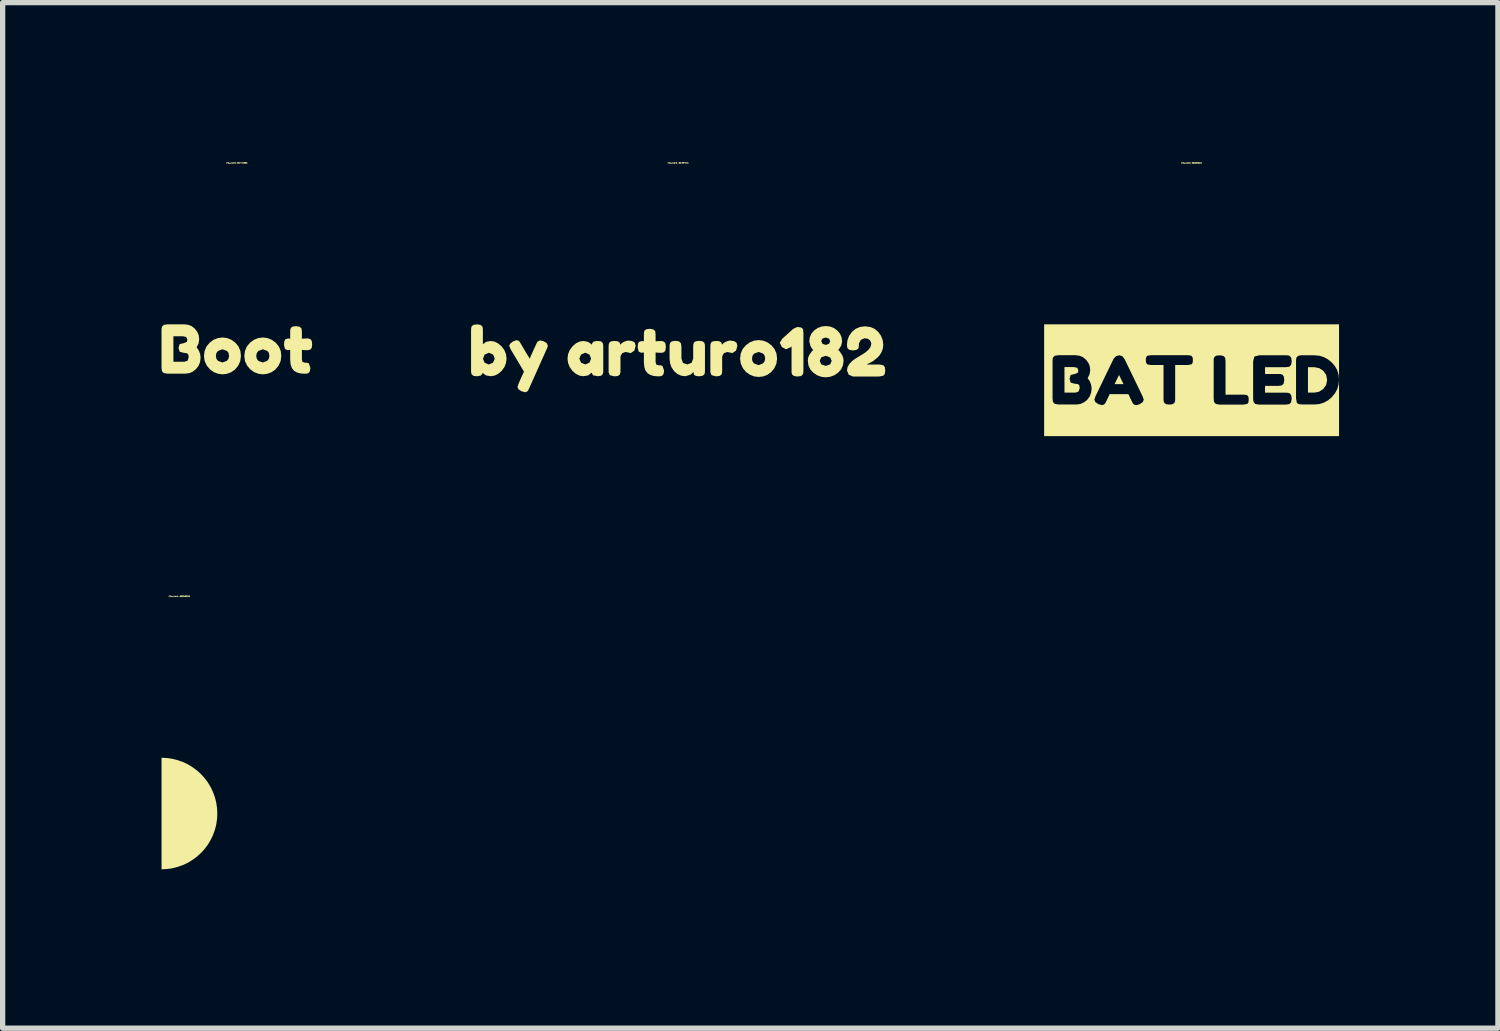
<source format=kicad_pcb>
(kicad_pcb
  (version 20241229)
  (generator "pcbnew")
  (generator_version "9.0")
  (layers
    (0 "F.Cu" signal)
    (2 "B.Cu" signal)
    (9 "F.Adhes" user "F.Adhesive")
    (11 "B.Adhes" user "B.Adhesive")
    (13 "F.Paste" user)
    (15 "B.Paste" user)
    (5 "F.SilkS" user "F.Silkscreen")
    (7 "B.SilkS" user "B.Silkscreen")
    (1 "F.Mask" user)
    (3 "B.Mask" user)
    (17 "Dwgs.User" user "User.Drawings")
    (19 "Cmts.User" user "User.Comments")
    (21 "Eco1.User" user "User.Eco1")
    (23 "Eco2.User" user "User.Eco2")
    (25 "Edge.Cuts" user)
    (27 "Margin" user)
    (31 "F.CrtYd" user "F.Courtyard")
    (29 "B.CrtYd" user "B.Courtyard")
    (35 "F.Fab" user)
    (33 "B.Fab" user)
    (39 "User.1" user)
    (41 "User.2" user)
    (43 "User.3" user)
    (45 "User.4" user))
  (footprint "kibuzzard-6605B0A1"
    (layer "F.Cu")
    (at 19.448 4.129)
    (property "Reference" "kibuzzard-6605B0A1" (at 0 -4.103 0) (layer "F.SilkS") (effects (font (size 0.025 0.025) (thickness 0.15))))
    (attr board_only exclude_from_pos_files exclude_from_bom)
    (fp_poly (pts (xy -1.37 -0.1) (xy -1.454 0.074) (xy -1.285 0.074) (xy -1.37 -0.1)) (stroke (width 0) (type solid)) (fill yes) (layer "F.SilkS"))
    (fp_poly (pts (xy 2.319 -0.246) (xy 2.197 -0.246) (xy 2.197 0.234) (xy 2.32 0.234) (xy 2.407 0.217) (xy 2.485 0.166) (xy 2.541 0.089) (xy 2.559 -0.005) (xy 2.541 -0.1) (xy 2.487 -0.177) (xy 2.409 -0.229) (xy 2.319 -0.246)) (stroke (width 0) (type solid)) (fill yes) (layer "F.SilkS"))
    (fp_poly (pts (xy -2.112 0.147) (xy -2.119 0.099) (xy -2.143 0.074) (xy -2.214 0.064) (xy -2.282 0.046) (xy -2.305 -0.027) (xy -2.282 -0.1) (xy -2.204 -0.118) (xy -2.143 -0.145) (xy -2.139 -0.191) (xy -2.16 -0.235) (xy -2.223 -0.248) (xy -2.4 -0.248) (xy -2.4 0.234) (xy -2.192 0.234) (xy -2.132 0.212) (xy -2.112 0.147)) (stroke (width 0) (type solid)) (fill yes) (layer "F.SilkS"))
    (fp_poly (pts (xy -2.625 -1.055) (xy -2.784 -1.055) (xy -2.784 1.055) (xy -2.625 1.055) (xy -2.179 1.055) (xy -2.179 0.458) (xy -2.513 0.458) (xy -2.584 0.446) (xy -2.618 0.41) (xy -2.625 0.344) (xy -2.625 -0.361) (xy -2.623 -0.405) (xy -2.611 -0.438) (xy -2.578 -0.464) (xy -2.512 -0.472) (xy -2.192 -0.472) (xy -2.118 -0.463) (xy -2.053 -0.436) (xy -1.996 -0.391) (xy -1.951 -0.332) (xy -1.923 -0.266) (xy -1.914 -0.193) (xy -1.926 -0.113) (xy -1.962 -0.039) (xy -1.921 0.022) (xy -1.896 0.089) (xy -1.887 0.16) (xy -1.898 0.24) (xy -1.927 0.311) (xy -1.974 0.373) (xy -2.035 0.42) (xy -2.103 0.449) (xy -2.179 0.458) (xy -2.179 1.055) (xy -1.045 1.055) (xy -1.045 0.472) (xy -1.085 0.461) (xy -1.108 0.437) (xy -1.128 0.399) (xy -1.194 0.262) (xy -1.546 0.262) (xy -1.612 0.399) (xy -1.631 0.436) (xy -1.654 0.459) (xy -1.695 0.471) (xy -1.763 0.45) (xy -1.818 0.411) (xy -1.836 0.368) (xy -1.815 0.304) (xy -1.472 -0.406) (xy -1.429 -0.453) (xy -1.369 -0.471) (xy -1.309 -0.455) (xy -1.268 -0.405) (xy -0.925 0.304) (xy -0.903 0.368) (xy -0.921 0.412) (xy -0.977 0.451) (xy -1.045 0.472) (xy -1.045 1.055) (xy -0.42 1.055) (xy -0.42 0.46) (xy -0.483 0.452) (xy -0.516 0.426) (xy -0.528 0.393) (xy -0.53 0.349) (xy -0.53 -0.288) (xy -0.773 -0.288) (xy -0.833 -0.298) (xy -0.859 -0.328) (xy -0.865 -0.381) (xy -0.859 -0.434) (xy -0.837 -0.461) (xy -0.772 -0.472) (xy -0.066 -0.472) (xy -0.006 -0.463) (xy 0.019 -0.433) (xy 0.025 -0.38) (xy 0.019 -0.327) (xy -0.003 -0.3) (xy -0.067 -0.288) (xy -0.31 -0.288) (xy -0.31 0.351) (xy -0.312 0.394) (xy -0.323 0.426) (xy -0.357 0.452) (xy -0.42 0.46) (xy -0.42 1.055) (xy 0.985 1.055) (xy 0.985 0.46) (xy 0.528 0.46) (xy 0.458 0.448) (xy 0.424 0.411) (xy 0.417 0.347) (xy 0.417 -0.359) (xy 0.418 -0.403) (xy 0.43 -0.437) (xy 0.464 -0.463) (xy 0.53 -0.471) (xy 0.6 -0.459) (xy 0.635 -0.424) (xy 0.641 -0.358) (xy 0.641 0.272) (xy 0.987 0.272) (xy 1.048 0.281) (xy 1.073 0.311) (xy 1.079 0.365) (xy 1.073 0.419) (xy 1.052 0.447) (xy 0.985 0.46) (xy 0.985 1.055) (xy 1.777 1.055) (xy 1.777 0.46) (xy 1.274 0.46) (xy 1.203 0.448) (xy 1.17 0.411) (xy 1.162 0.347) (xy 1.162 -0.359) (xy 1.186 -0.448) (xy 1.278 -0.471) (xy 1.778 -0.471) (xy 1.822 -0.469) (xy 1.855 -0.457) (xy 1.881 -0.424) (xy 1.89 -0.358) (xy 1.878 -0.288) (xy 1.843 -0.254) (xy 1.777 -0.246) (xy 1.387 -0.246) (xy 1.387 -0.118) (xy 1.638 -0.118) (xy 1.682 -0.116) (xy 1.716 -0.104) (xy 1.741 -0.07) (xy 1.75 -0.005) (xy 1.738 0.065) (xy 1.702 0.099) (xy 1.636 0.107) (xy 1.387 0.107) (xy 1.387 0.235) (xy 1.778 0.235) (xy 1.822 0.237) (xy 1.855 0.249) (xy 1.881 0.283) (xy 1.89 0.348) (xy 1.878 0.418) (xy 1.843 0.452) (xy 1.777 0.46) (xy 1.777 1.055) (xy 2.316 1.055) (xy 2.316 0.458) (xy 2.084 0.458) (xy 2.021 0.451) (xy 1.987 0.427) (xy 1.972 0.345) (xy 1.972 -0.361) (xy 1.974 -0.405) (xy 1.986 -0.438) (xy 2.02 -0.464) (xy 2.085 -0.472) (xy 2.32 -0.471) (xy 2.41 -0.463) (xy 2.493 -0.438) (xy 2.571 -0.397) (xy 2.644 -0.338) (xy 2.705 -0.268) (xy 2.749 -0.191) (xy 2.775 -0.105) (xy 2.784 -0.012) (xy 2.775 0.081) (xy 2.75 0.168) (xy 2.707 0.247) (xy 2.647 0.32) (xy 2.575 0.381) (xy 2.496 0.424) (xy 2.41 0.45) (xy 2.316 0.458) (xy 2.316 1.055) (xy 2.784 1.055) (xy 2.784 1.055) (xy 2.784 -1.055) (xy 2.784 -1.055) (xy -2.625 -1.055)) (stroke (width 0) (type solid)) (fill yes) (layer "F.SilkS")))
  (footprint "kibuzzard-6578FE34"
    (layer "F.Cu")
    (at 9.754 3.715)
    (property "Reference" "kibuzzard-6578FE34" (at 0 -3.689 0) (layer "F.SilkS") (effects (font (size 0.025 0.025) (thickness 0.15))))
    (attr board_only exclude_from_pos_files exclude_from_bom)
    (fp_poly (pts (xy 2.176 -0.558) (xy 2.248 -0.591) (xy 2.308 -0.585) (xy 2.341 -0.57) (xy 2.359 -0.543) (xy 2.365 -0.476) (xy 2.365 0.232) (xy 2.363 0.276) (xy 2.351 0.309) (xy 2.318 0.335) (xy 2.252 0.344) (xy 2.189 0.335) (xy 2.155 0.311) (xy 2.142 0.276) (xy 2.141 0.229) (xy 2.141 -0.224) (xy 2.124 -0.209) (xy 2.035 -0.17) (xy 1.958 -0.214) (xy 1.918 -0.293) (xy 1.964 -0.368) (xy 2.172 -0.556) (xy 2.176 -0.558)) (stroke (width 0) (type solid)) (fill yes) (layer "F.SilkS"))
    (fp_poly (pts (xy -0.896 -0.098) (xy -0.94 -0.109) (xy -0.995 -0.119) (xy -1.059 -0.095) (xy -1.089 -0.036) (xy -1.089 0.231) (xy -1.091 0.274) (xy -1.103 0.308) (xy -1.137 0.333) (xy -1.202 0.341) (xy -1.29 0.319) (xy -1.313 0.265) (xy -1.313 0.228) (xy -1.313 -0.218) (xy -1.311 -0.262) (xy -1.3 -0.294) (xy -1.266 -0.32) (xy -1.201 -0.328) (xy -1.139 -0.321) (xy -1.106 -0.299) (xy -1.092 -0.257) (xy -1.073 -0.279) (xy -1.022 -0.313) (xy -0.953 -0.335) (xy -0.902 -0.331) (xy -0.858 -0.321) (xy -0.818 -0.295) (xy -0.802 -0.236) (xy -0.826 -0.147) (xy -0.896 -0.098)) (stroke (width 0) (type solid)) (fill yes) (layer "F.SilkS"))
    (fp_poly (pts (xy 1.024 -0.098) (xy 0.98 -0.109) (xy 0.925 -0.119) (xy 0.861 -0.095) (xy 0.831 -0.036) (xy 0.831 0.231) (xy 0.829 0.274) (xy 0.817 0.308) (xy 0.783 0.333) (xy 0.718 0.341) (xy 0.631 0.319) (xy 0.608 0.265) (xy 0.608 0.228) (xy 0.608 -0.218) (xy 0.61 -0.262) (xy 0.62 -0.294) (xy 0.654 -0.32) (xy 0.719 -0.328) (xy 0.781 -0.321) (xy 0.815 -0.299) (xy 0.829 -0.257) (xy 0.847 -0.279) (xy 0.899 -0.313) (xy 0.968 -0.335) (xy 1.018 -0.331) (xy 1.062 -0.321) (xy 1.102 -0.295) (xy 1.118 -0.236) (xy 1.094 -0.147) (xy 1.024 -0.098)) (stroke (width 0) (type solid)) (fill yes) (layer "F.SilkS"))
    (fp_poly (pts (xy -2.536 -0.321) (xy -2.479 -0.284) (xy -2.461 -0.241) (xy -2.471 -0.197) (xy -2.481 -0.176) (xy -2.814 0.568) (xy -2.831 0.605) (xy -2.853 0.629) (xy -2.891 0.641) (xy -2.958 0.622) (xy -3.015 0.585) (xy -3.033 0.543) (xy -3.026 0.513) (xy -3.003 0.455) (xy -2.965 0.368) (xy -2.911 0.252) (xy -3.164 -0.173) (xy -3.19 -0.236) (xy -3.172 -0.276) (xy -3.121 -0.317) (xy -3.054 -0.342) (xy -3.014 -0.332) (xy -2.992 -0.311) (xy -2.971 -0.276) (xy -2.922 -0.193) (xy -2.881 -0.123) (xy -2.841 -0.056) (xy -2.802 0.007) (xy -2.782 -0.042) (xy -2.734 -0.15) (xy -2.686 -0.254) (xy -2.667 -0.295) (xy -2.652 -0.317) (xy -2.606 -0.338) (xy -2.536 -0.321)) (stroke (width 0) (type solid)) (fill yes) (layer "F.SilkS"))
    (fp_poly (pts (xy 0.135 0.338) (xy 0.055 0.328) (xy -0.016 0.295) (xy -0.077 0.241) (xy -0.124 0.172) (xy -0.153 0.093) (xy -0.162 0.004) (xy -0.162 -0.218) (xy -0.16 -0.262) (xy -0.149 -0.295) (xy -0.116 -0.321) (xy -0.05 -0.33) (xy 0.02 -0.318) (xy 0.054 -0.281) (xy 0.062 -0.217) (xy 0.062 0.006) (xy 0.091 0.087) (xy 0.171 0.116) (xy 0.253 0.086) (xy 0.284 0.006) (xy 0.284 -0.219) (xy 0.286 -0.263) (xy 0.298 -0.297) (xy 0.331 -0.321) (xy 0.396 -0.33) (xy 0.46 -0.321) (xy 0.493 -0.295) (xy 0.504 -0.262) (xy 0.506 -0.218) (xy 0.506 0.232) (xy 0.504 0.274) (xy 0.492 0.307) (xy 0.458 0.331) (xy 0.394 0.34) (xy 0.332 0.332) (xy 0.299 0.309) (xy 0.286 0.257) (xy 0.264 0.283) (xy 0.229 0.311) (xy 0.135 0.338)) (stroke (width 0) (type solid)) (fill yes) (layer "F.SilkS"))
    (fp_poly (pts (xy 1.868 0.006) (xy 1.854 0.105) (xy 1.813 0.193) (xy 1.752 0.264) (xy 1.68 0.314) (xy 1.601 0.343) (xy 1.518 0.352) (xy 1.517 0.352) (xy 1.517 0.129) (xy 1.601 0.097) (xy 1.632 0.058) (xy 1.643 0.003) (xy 1.633 -0.051) (xy 1.603 -0.09) (xy 1.518 -0.12) (xy 1.433 -0.088) (xy 1.404 -0.049) (xy 1.394 0.005) (xy 1.404 0.059) (xy 1.434 0.098) (xy 1.517 0.129) (xy 1.517 0.352) (xy 1.436 0.342) (xy 1.356 0.311) (xy 1.283 0.26) (xy 1.223 0.189) (xy 1.183 0.103) (xy 1.169 0.007) (xy 1.181 -0.089) (xy 1.216 -0.173) (xy 1.276 -0.244) (xy 1.35 -0.3) (xy 1.432 -0.333) (xy 1.52 -0.344) (xy 1.607 -0.333) (xy 1.688 -0.3) (xy 1.762 -0.245) (xy 1.821 -0.173) (xy 1.856 -0.09) (xy 1.868 0.006)) (stroke (width 0) (type solid)) (fill yes) (layer "F.SilkS"))
    (fp_poly (pts (xy -1.635 -0.257) (xy -1.606 -0.311) (xy -1.535 -0.328) (xy -1.461 -0.321) (xy -1.427 -0.294) (xy -1.416 -0.26) (xy -1.414 -0.217) (xy -1.414 0.228) (xy -1.416 0.272) (xy -1.427 0.305) (xy -1.457 0.33) (xy -1.514 0.338) (xy -1.607 0.321) (xy -1.634 0.271) (xy -1.697 0.322) (xy -1.753 0.332) (xy -1.753 0.116) (xy -1.675 0.082) (xy -1.644 0.006) (xy -1.674 -0.07) (xy -1.754 -0.106) (xy -1.835 -0.07) (xy -1.866 0.007) (xy -1.833 0.083) (xy -1.753 0.116) (xy -1.753 0.332) (xy -1.791 0.338) (xy -1.862 0.327) (xy -1.93 0.294) (xy -1.995 0.238) (xy -2.047 0.168) (xy -2.078 0.09) (xy -2.089 0.005) (xy -2.078 -0.08) (xy -2.046 -0.157) (xy -1.994 -0.227) (xy -1.929 -0.283) (xy -1.86 -0.316) (xy -1.786 -0.327) (xy -1.708 -0.312) (xy -1.658 -0.283) (xy -1.635 -0.257)) (stroke (width 0) (type solid)) (fill yes) (layer "F.SilkS"))
    (fp_poly (pts (xy -3.543 -0.327) (xy -3.469 -0.316) (xy -3.4 -0.282) (xy -3.335 -0.227) (xy -3.282 -0.156) (xy -3.251 -0.079) (xy -3.24 0.006) (xy -3.251 0.091) (xy -3.282 0.169) (xy -3.334 0.239) (xy -3.399 0.294) (xy -3.466 0.327) (xy -3.536 0.338) (xy -3.576 0.332) (xy -3.576 0.117) (xy -3.496 0.083) (xy -3.463 0.007) (xy -3.493 -0.07) (xy -3.574 -0.105) (xy -3.655 -0.069) (xy -3.685 0.008) (xy -3.654 0.083) (xy -3.576 0.117) (xy -3.576 0.332) (xy -3.629 0.323) (xy -3.69 0.277) (xy -3.722 0.324) (xy -3.799 0.34) (xy -3.864 0.331) (xy -3.897 0.305) (xy -3.908 0.272) (xy -3.91 0.228) (xy -3.91 -0.53) (xy -3.908 -0.574) (xy -3.897 -0.606) (xy -3.863 -0.632) (xy -3.798 -0.641) (xy -3.734 -0.632) (xy -3.701 -0.606) (xy -3.689 -0.573) (xy -3.687 -0.529) (xy -3.687 -0.265) (xy -3.626 -0.311) (xy -3.543 -0.327)) (stroke (width 0) (type solid)) (fill yes) (layer "F.SilkS"))
    (fp_poly (pts (xy -0.344 -0.104) (xy -0.426 -0.109) (xy -0.426 0.067) (xy -0.415 0.116) (xy -0.375 0.131) (xy -0.329 0.133) (xy -0.295 0.145) (xy -0.266 0.231) (xy -0.275 0.295) (xy -0.302 0.328) (xy -0.335 0.339) (xy -0.378 0.341) (xy -0.459 0.334) (xy -0.526 0.314) (xy -0.578 0.281) (xy -0.617 0.232) (xy -0.639 0.165) (xy -0.647 0.079) (xy -0.647 -0.109) (xy -0.699 -0.105) (xy -0.745 -0.126) (xy -0.764 -0.2) (xy -0.758 -0.276) (xy -0.74 -0.309) (xy -0.689 -0.326) (xy -0.647 -0.321) (xy -0.647 -0.451) (xy -0.645 -0.495) (xy -0.633 -0.525) (xy -0.6 -0.549) (xy -0.535 -0.557) (xy -0.466 -0.545) (xy -0.432 -0.51) (xy -0.426 -0.445) (xy -0.426 -0.321) (xy -0.342 -0.326) (xy -0.298 -0.324) (xy -0.265 -0.312) (xy -0.24 -0.279) (xy -0.232 -0.214) (xy -0.24 -0.15) (xy -0.266 -0.116) (xy -0.3 -0.105) (xy -0.344 -0.104)) (stroke (width 0) (type solid)) (fill yes) (layer "F.SilkS"))
    (fp_poly (pts (xy 3.798 0.117) (xy 3.872 0.13) (xy 3.902 0.166) (xy 3.91 0.231) (xy 3.901 0.295) (xy 3.874 0.328) (xy 3.795 0.344) (xy 3.299 0.344) (xy 3.22 0.309) (xy 3.187 0.229) (xy 3.199 0.163) (xy 3.235 0.103) (xy 3.287 0.049) (xy 3.35 0.004) (xy 3.417 -0.037) (xy 3.484 -0.077) (xy 3.547 -0.12) (xy 3.599 -0.168) (xy 3.635 -0.221) (xy 3.647 -0.276) (xy 3.638 -0.309) (xy 3.618 -0.343) (xy 3.585 -0.368) (xy 3.521 -0.379) (xy 3.451 -0.349) (xy 3.417 -0.29) (xy 3.412 -0.261) (xy 3.412 -0.253) (xy 3.41 -0.211) (xy 3.398 -0.18) (xy 3.364 -0.157) (xy 3.299 -0.149) (xy 3.228 -0.161) (xy 3.193 -0.197) (xy 3.187 -0.262) (xy 3.198 -0.347) (xy 3.229 -0.426) (xy 3.282 -0.499) (xy 3.351 -0.557) (xy 3.434 -0.592) (xy 3.529 -0.604) (xy 3.625 -0.592) (xy 3.708 -0.557) (xy 3.778 -0.498) (xy 3.831 -0.424) (xy 3.862 -0.343) (xy 3.873 -0.256) (xy 3.865 -0.185) (xy 3.841 -0.119) (xy 3.806 -0.06) (xy 3.765 -0.015) (xy 3.676 0.056) (xy 3.597 0.098) (xy 3.566 0.111) (xy 3.566 0.117) (xy 3.798 0.117)) (stroke (width 0) (type solid)) (fill yes) (layer "F.SilkS"))
    (fp_poly (pts (xy 3.124 0.043) (xy 3.112 0.131) (xy 3.078 0.208) (xy 3.02 0.272) (xy 2.948 0.32) (xy 2.87 0.349) (xy 2.787 0.359) (xy 2.787 0.144) (xy 2.871 0.114) (xy 2.899 0.048) (xy 2.87 -0.017) (xy 2.788 -0.047) (xy 2.788 -0.252) (xy 2.85 -0.275) (xy 2.871 -0.323) (xy 2.849 -0.371) (xy 2.785 -0.393) (xy 2.722 -0.371) (xy 2.702 -0.324) (xy 2.724 -0.275) (xy 2.788 -0.252) (xy 2.788 -0.047) (xy 2.786 -0.048) (xy 2.702 -0.018) (xy 2.673 0.048) (xy 2.702 0.114) (xy 2.787 0.144) (xy 2.787 0.359) (xy 2.786 0.359) (xy 2.702 0.349) (xy 2.623 0.32) (xy 2.551 0.272) (xy 2.494 0.208) (xy 2.459 0.132) (xy 2.448 0.043) (xy 2.454 -0.01) (xy 2.474 -0.061) (xy 2.525 -0.134) (xy 2.552 -0.158) (xy 2.53 -0.178) (xy 2.497 -0.234) (xy 2.476 -0.322) (xy 2.486 -0.4) (xy 2.518 -0.469) (xy 2.57 -0.528) (xy 2.636 -0.573) (xy 2.709 -0.6) (xy 2.788 -0.609) (xy 2.868 -0.6) (xy 2.94 -0.572) (xy 3.004 -0.526) (xy 3.055 -0.466) (xy 3.085 -0.396) (xy 3.096 -0.316) (xy 3.077 -0.238) (xy 3.04 -0.178) (xy 3.021 -0.158) (xy 3.049 -0.132) (xy 3.095 -0.063) (xy 3.116 -0.01) (xy 3.124 0.043)) (stroke (width 0) (type solid)) (fill yes) (layer "F.SilkS")))
  (footprint "kibuzzard-6577C69C"
    (layer "F.Cu")
    (at 1.422 3.546)
    (property "Reference" "kibuzzard-6577C69C" (at 0 -3.52 0) (layer "F.SilkS") (effects (font (size 0.025 0.025) (thickness 0.15))))
    (attr board_only exclude_from_pos_files exclude_from_bom)
    (fp_poly (pts (xy 0.077 0.125) (xy 0.064 0.225) (xy 0.023 0.312) (xy -0.038 0.384) (xy -0.11 0.433) (xy -0.189 0.462) (xy -0.272 0.472) (xy -0.273 0.472) (xy -0.273 0.248) (xy -0.189 0.217) (xy -0.158 0.177) (xy -0.147 0.123) (xy -0.157 0.068) (xy -0.187 0.03) (xy -0.272 -0.001) (xy -0.357 0.031) (xy -0.386 0.07) (xy -0.396 0.124) (xy -0.386 0.178) (xy -0.356 0.217) (xy -0.273 0.248) (xy -0.273 0.472) (xy -0.354 0.461) (xy -0.434 0.431) (xy -0.507 0.379) (xy -0.567 0.309) (xy -0.608 0.223) (xy -0.621 0.126) (xy -0.609 0.031) (xy -0.574 -0.053) (xy -0.514 -0.125) (xy -0.44 -0.18) (xy -0.359 -0.213) (xy -0.271 -0.224) (xy -0.183 -0.213) (xy -0.102 -0.18) (xy -0.028 -0.126) (xy 0.031 -0.054) (xy 0.066 0.029) (xy 0.077 0.125)) (stroke (width 0) (type solid)) (fill yes) (layer "F.SilkS"))
    (fp_poly (pts (xy 0.839 0.125) (xy 0.826 0.225) (xy 0.785 0.312) (xy 0.724 0.384) (xy 0.652 0.433) (xy 0.573 0.462) (xy 0.49 0.472) (xy 0.489 0.472) (xy 0.489 0.248) (xy 0.573 0.217) (xy 0.604 0.177) (xy 0.615 0.123) (xy 0.605 0.068) (xy 0.575 0.03) (xy 0.49 -0.001) (xy 0.405 0.031) (xy 0.376 0.07) (xy 0.366 0.124) (xy 0.376 0.178) (xy 0.406 0.217) (xy 0.489 0.248) (xy 0.489 0.472) (xy 0.408 0.461) (xy 0.328 0.431) (xy 0.255 0.379) (xy 0.195 0.309) (xy 0.154 0.223) (xy 0.141 0.126) (xy 0.153 0.031) (xy 0.188 -0.053) (xy 0.248 -0.125) (xy 0.322 -0.18) (xy 0.403 -0.213) (xy 0.491 -0.224) (xy 0.579 -0.213) (xy 0.66 -0.18) (xy 0.734 -0.126) (xy 0.793 -0.054) (xy 0.828 0.029) (xy 0.839 0.125)) (stroke (width 0) (type solid)) (fill yes) (layer "F.SilkS"))
    (fp_poly (pts (xy 1.311 0.016) (xy 1.228 0.011) (xy 1.228 0.186) (xy 1.239 0.236) (xy 1.28 0.251) (xy 1.325 0.253) (xy 1.359 0.265) (xy 1.388 0.35) (xy 1.379 0.414) (xy 1.353 0.448) (xy 1.319 0.458) (xy 1.276 0.46) (xy 1.195 0.454) (xy 1.128 0.434) (xy 1.076 0.401) (xy 1.038 0.352) (xy 1.015 0.284) (xy 1.007 0.199) (xy 1.007 0.011) (xy 0.955 0.015) (xy 0.909 -0.007) (xy 0.89 -0.081) (xy 0.897 -0.156) (xy 0.914 -0.19) (xy 0.965 -0.206) (xy 1.007 -0.201) (xy 1.007 -0.332) (xy 1.009 -0.375) (xy 1.021 -0.406) (xy 1.054 -0.43) (xy 1.119 -0.438) (xy 1.188 -0.426) (xy 1.222 -0.391) (xy 1.228 -0.326) (xy 1.228 -0.201) (xy 1.313 -0.206) (xy 1.356 -0.204) (xy 1.389 -0.192) (xy 1.414 -0.16) (xy 1.422 -0.095) (xy 1.414 -0.03) (xy 1.388 0.003) (xy 1.354 0.014) (xy 1.311 0.016)) (stroke (width 0) (type solid)) (fill yes) (layer "F.SilkS"))
    (fp_poly (pts (xy -0.759 -0.039) (xy -0.718 0.023) (xy -0.693 0.089) (xy -0.685 0.161) (xy -0.695 0.241) (xy -0.724 0.312) (xy -0.772 0.373) (xy -0.832 0.421) (xy -0.9 0.45) (xy -0.977 0.459) (xy -1.198 0.459) (xy -1.198 0.234) (xy -0.989 0.234) (xy -0.929 0.213) (xy -0.909 0.148) (xy -0.916 0.1) (xy -0.94 0.074) (xy -1.011 0.064) (xy -1.079 0.046) (xy -1.102 -0.027) (xy -1.079 -0.1) (xy -1.001 -0.117) (xy -0.94 -0.144) (xy -0.936 -0.19) (xy -0.957 -0.234) (xy -1.02 -0.247) (xy -1.198 -0.247) (xy -1.198 0.234) (xy -1.198 0.459) (xy -1.311 0.459) (xy -1.381 0.447) (xy -1.415 0.411) (xy -1.422 0.345) (xy -1.422 -0.36) (xy -1.42 -0.404) (xy -1.408 -0.438) (xy -1.375 -0.463) (xy -1.309 -0.472) (xy -0.989 -0.472) (xy -0.916 -0.463) (xy -0.85 -0.436) (xy -0.794 -0.391) (xy -0.748 -0.332) (xy -0.72 -0.266) (xy -0.711 -0.192) (xy -0.723 -0.112) (xy -0.759 -0.039)) (stroke (width 0) (type solid)) (fill yes) (layer "F.SilkS")))
  (footprint "kibuzzard-6605B0D5"
    (layer "F.Cu")
    (at 0.335 12.31)
    (property "Reference" "kibuzzard-6605B0D5" (at 0 -4.101 0) (layer "F.SilkS") (effects (font (size 0.025 0.025) (thickness 0.15))))
    (attr board_only exclude_from_pos_files exclude_from_bom)
    (fp_poly (pts (xy -0.335 1.053) (xy -0.335 1.053) (xy -0.231 1.048) (xy -0.129 1.033) (xy -0.029 1.007) (xy 0.068 0.973) (xy 0.162 0.929) (xy 0.25 0.875) (xy 0.333 0.814) (xy 0.41 0.744) (xy 0.479 0.668) (xy 0.541 0.585) (xy 0.594 0.496) (xy 0.638 0.403) (xy 0.673 0.306) (xy 0.698 0.205) (xy 0.713 0.103) (xy 0.718 0) (xy 0.713 -0.103) (xy 0.698 -0.205) (xy 0.673 -0.306) (xy 0.638 -0.403) (xy 0.594 -0.496) (xy 0.541 -0.585) (xy 0.479 -0.668) (xy 0.41 -0.744) (xy 0.333 -0.814) (xy 0.25 -0.875) (xy 0.162 -0.929) (xy 0.068 -0.973) (xy -0.029 -1.007) (xy -0.129 -1.033) (xy -0.231 -1.048) (xy -0.335 -1.053) (xy -0.335 -1.053)) (stroke (width 0) (type solid)) (fill yes) (layer "F.SilkS")))
  (gr_rect
    (start -3 -3)
    (end 25.232 16.363)
    (stroke (width 0.1) (type default))
    (fill no)
    (layer "Edge.Cuts")))
</source>
